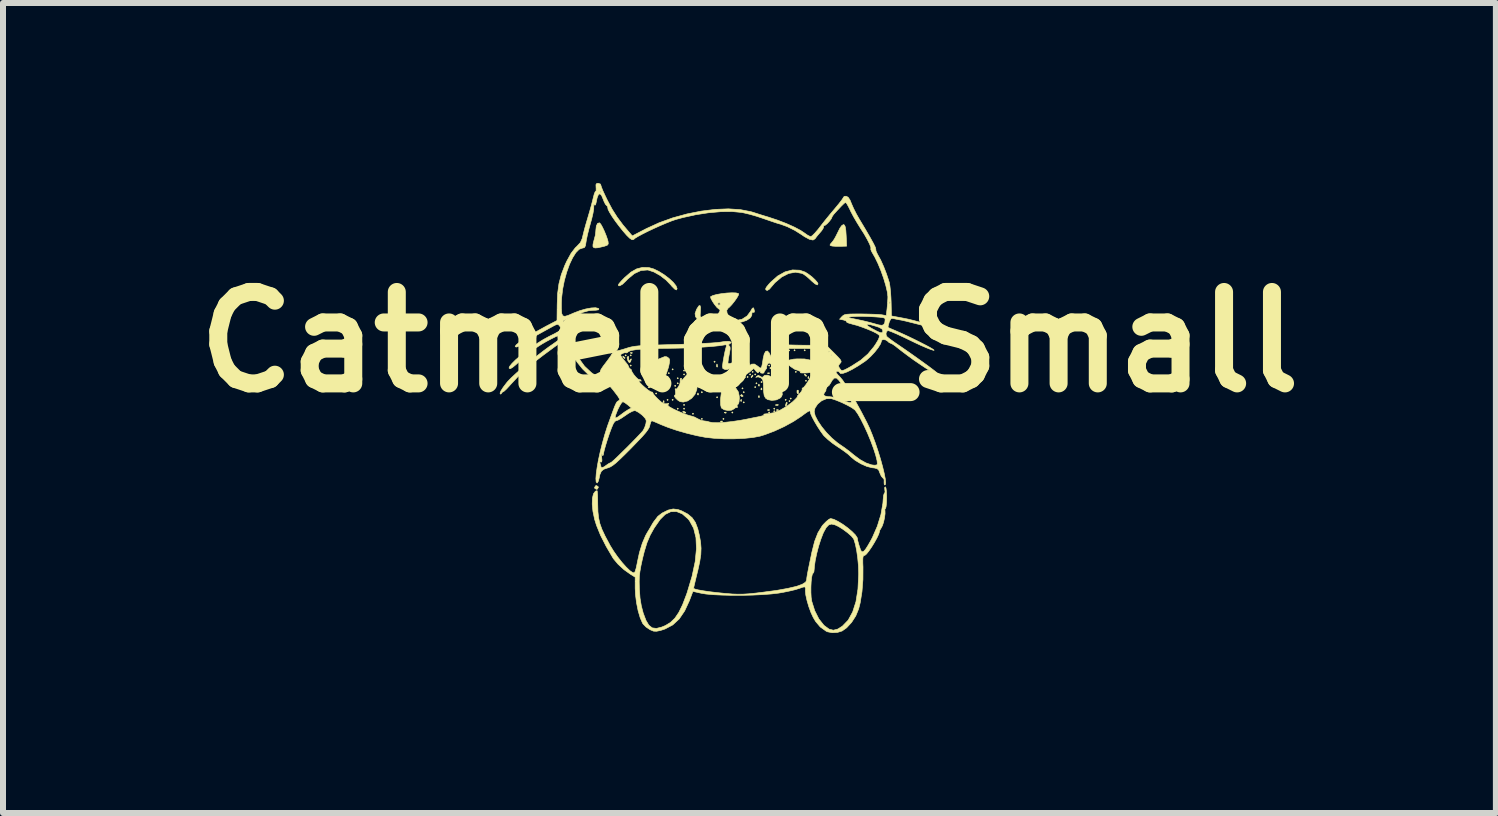
<source format=kicad_pcb>
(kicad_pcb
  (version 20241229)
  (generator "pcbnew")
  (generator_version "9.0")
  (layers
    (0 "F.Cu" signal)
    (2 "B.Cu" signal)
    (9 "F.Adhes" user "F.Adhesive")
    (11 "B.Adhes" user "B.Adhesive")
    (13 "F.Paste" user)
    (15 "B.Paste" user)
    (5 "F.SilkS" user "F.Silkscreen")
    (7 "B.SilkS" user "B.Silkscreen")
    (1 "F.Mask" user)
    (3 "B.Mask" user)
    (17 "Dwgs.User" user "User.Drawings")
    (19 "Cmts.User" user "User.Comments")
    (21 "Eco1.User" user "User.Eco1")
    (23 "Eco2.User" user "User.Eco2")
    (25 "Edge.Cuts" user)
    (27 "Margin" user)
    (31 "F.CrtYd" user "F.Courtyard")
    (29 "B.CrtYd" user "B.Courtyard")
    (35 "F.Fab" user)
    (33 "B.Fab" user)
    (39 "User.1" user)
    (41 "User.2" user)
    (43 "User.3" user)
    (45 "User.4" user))
  (footprint "Catmelon_Small"
    (layer "F.Cu")
    (at 9.112 3.571)
    (property "Reference" "Catmelon_Small" (at 0.33 -0.92 180) (layer "F.SilkS") (effects (font (size 1.524 1.524) (thickness 0.3))))
    (attr through_hole exclude_from_bom)
    (fp_poly (pts (xy -1.723 -0.698) (xy -1.734 -0.687) (xy -1.744 -0.698) (xy -1.734 -0.708) (xy -1.723 -0.698)) (stroke (width 0.01) (type solid)) (fill yes) (layer "F.SilkS"))
    (fp_poly (pts (xy -1.639 -0.698) (xy -1.649 -0.687) (xy -1.66 -0.698) (xy -1.649 -0.708) (xy -1.639 -0.698)) (stroke (width 0.01) (type solid)) (fill yes) (layer "F.SilkS"))
    (fp_poly (pts (xy -1.639 -0.528) (xy -1.649 -0.518) (xy -1.66 -0.528) (xy -1.649 -0.539) (xy -1.639 -0.528)) (stroke (width 0.01) (type solid)) (fill yes) (layer "F.SilkS"))
    (fp_poly (pts (xy -1.427 -0.486) (xy -1.437 -0.475) (xy -1.448 -0.486) (xy -1.437 -0.497) (xy -1.427 -0.486)) (stroke (width 0.01) (type solid)) (fill yes) (layer "F.SilkS"))
    (fp_poly (pts (xy -1.406 -0.444) (xy -1.416 -0.433) (xy -1.427 -0.444) (xy -1.416 -0.454) (xy -1.406 -0.444)) (stroke (width 0.01) (type solid)) (fill yes) (layer "F.SilkS"))
    (fp_poly (pts (xy -1.215 -0.063) (xy -1.226 -0.052) (xy -1.236 -0.063) (xy -1.226 -0.073) (xy -1.215 -0.063)) (stroke (width 0.01) (type solid)) (fill yes) (layer "F.SilkS"))
    (fp_poly (pts (xy -1.109 -0.147) (xy -1.12 -0.137) (xy -1.131 -0.147) (xy -1.12 -0.158) (xy -1.109 -0.147)) (stroke (width 0.01) (type solid)) (fill yes) (layer "F.SilkS"))
    (fp_poly (pts (xy -1.025 -0.338) (xy -1.035 -0.327) (xy -1.046 -0.338) (xy -1.035 -0.348) (xy -1.025 -0.338)) (stroke (width 0.01) (type solid)) (fill yes) (layer "F.SilkS"))
    (fp_poly (pts (xy -1.025 0.043) (xy -1.035 0.054) (xy -1.046 0.043) (xy -1.035 0.033) (xy -1.025 0.043)) (stroke (width 0.01) (type solid)) (fill yes) (layer "F.SilkS"))
    (fp_poly (pts (xy -1.004 -0.401) (xy -1.014 -0.391) (xy -1.025 -0.401) (xy -1.014 -0.412) (xy -1.004 -0.401)) (stroke (width 0.01) (type solid)) (fill yes) (layer "F.SilkS"))
    (fp_poly (pts (xy -0.94 -0.465) (xy -0.951 -0.454) (xy -0.961 -0.465) (xy -0.951 -0.475) (xy -0.94 -0.465)) (stroke (width 0.01) (type solid)) (fill yes) (layer "F.SilkS"))
    (fp_poly (pts (xy -0.94 0.043) (xy -0.951 0.054) (xy -0.961 0.043) (xy -0.951 0.033) (xy -0.94 0.043)) (stroke (width 0.01) (type solid)) (fill yes) (layer "F.SilkS"))
    (fp_poly (pts (xy -0.898 -0.19) (xy -0.908 -0.179) (xy -0.919 -0.19) (xy -0.908 -0.2) (xy -0.898 -0.19)) (stroke (width 0.01) (type solid)) (fill yes) (layer "F.SilkS"))
    (fp_poly (pts (xy -0.855 -0.317) (xy -0.866 -0.306) (xy -0.876 -0.317) (xy -0.866 -0.327) (xy -0.855 -0.317)) (stroke (width 0.01) (type solid)) (fill yes) (layer "F.SilkS"))
    (fp_poly (pts (xy -0.855 -0.232) (xy -0.866 -0.222) (xy -0.876 -0.232) (xy -0.866 -0.243) (xy -0.855 -0.232)) (stroke (width 0.01) (type solid)) (fill yes) (layer "F.SilkS"))
    (fp_poly (pts (xy -0.855 0.191) (xy -0.866 0.202) (xy -0.876 0.191) (xy -0.866 0.181) (xy -0.855 0.191)) (stroke (width 0.01) (type solid)) (fill yes) (layer "F.SilkS"))
    (fp_poly (pts (xy -0.75 -0.444) (xy -0.76 -0.433) (xy -0.771 -0.444) (xy -0.76 -0.454) (xy -0.75 -0.444)) (stroke (width 0.01) (type solid)) (fill yes) (layer "F.SilkS"))
    (fp_poly (pts (xy -0.75 -0.38) (xy -0.76 -0.37) (xy -0.771 -0.38) (xy -0.76 -0.391) (xy -0.75 -0.38)) (stroke (width 0.01) (type solid)) (fill yes) (layer "F.SilkS"))
    (fp_poly (pts (xy -0.75 0.128) (xy -0.76 0.138) (xy -0.771 0.128) (xy -0.76 0.117) (xy -0.75 0.128)) (stroke (width 0.01) (type solid)) (fill yes) (layer "F.SilkS"))
    (fp_poly (pts (xy -0.75 0.191) (xy -0.76 0.202) (xy -0.771 0.191) (xy -0.76 0.181) (xy -0.75 0.191)) (stroke (width 0.01) (type solid)) (fill yes) (layer "F.SilkS"))
    (fp_poly (pts (xy -0.601 0.276) (xy -0.612 0.286) (xy -0.623 0.276) (xy -0.612 0.265) (xy -0.601 0.276)) (stroke (width 0.01) (type solid)) (fill yes) (layer "F.SilkS"))
    (fp_poly (pts (xy -0.453 -0.084) (xy -0.464 -0.073) (xy -0.474 -0.084) (xy -0.464 -0.095) (xy -0.453 -0.084)) (stroke (width 0.01) (type solid)) (fill yes) (layer "F.SilkS"))
    (fp_poly (pts (xy -0.453 0.361) (xy -0.464 0.371) (xy -0.474 0.361) (xy -0.464 0.35) (xy -0.453 0.361)) (stroke (width 0.01) (type solid)) (fill yes) (layer "F.SilkS"))
    (fp_poly (pts (xy -0.432 -0.444) (xy -0.443 -0.433) (xy -0.453 -0.444) (xy -0.443 -0.454) (xy -0.432 -0.444)) (stroke (width 0.01) (type solid)) (fill yes) (layer "F.SilkS"))
    (fp_poly (pts (xy -0.241 -0.592) (xy -0.252 -0.581) (xy -0.263 -0.592) (xy -0.252 -0.603) (xy -0.241 -0.592)) (stroke (width 0.01) (type solid)) (fill yes) (layer "F.SilkS"))
    (fp_poly (pts (xy -0.241 -0.147) (xy -0.252 -0.137) (xy -0.263 -0.147) (xy -0.252 -0.158) (xy -0.241 -0.147)) (stroke (width 0.01) (type solid)) (fill yes) (layer "F.SilkS"))
    (fp_poly (pts (xy -0.199 0.001) (xy -0.21 0.011) (xy -0.22 0.001) (xy -0.21 -0.01) (xy -0.199 0.001)) (stroke (width 0.01) (type solid)) (fill yes) (layer "F.SilkS"))
    (fp_poly (pts (xy -0.093 0.361) (xy -0.104 0.371) (xy -0.115 0.361) (xy -0.104 0.35) (xy -0.093 0.361)) (stroke (width 0.01) (type solid)) (fill yes) (layer "F.SilkS"))
    (fp_poly (pts (xy -0.03 -0.317) (xy -0.04 -0.306) (xy -0.051 -0.317) (xy -0.04 -0.327) (xy -0.03 -0.317)) (stroke (width 0.01) (type solid)) (fill yes) (layer "F.SilkS"))
    (fp_poly (pts (xy 0.034 -0.296) (xy 0.023 -0.285) (xy 0.013 -0.296) (xy 0.023 -0.306) (xy 0.034 -0.296)) (stroke (width 0.01) (type solid)) (fill yes) (layer "F.SilkS"))
    (fp_poly (pts (xy 0.055 0.255) (xy 0.044 0.265) (xy 0.034 0.255) (xy 0.044 0.244) (xy 0.055 0.255)) (stroke (width 0.01) (type solid)) (fill yes) (layer "F.SilkS"))
    (fp_poly (pts (xy 0.076 -0.317) (xy 0.065 -0.306) (xy 0.055 -0.317) (xy 0.065 -0.327) (xy 0.076 -0.317)) (stroke (width 0.01) (type solid)) (fill yes) (layer "F.SilkS"))
    (fp_poly (pts (xy 0.224 -0.147) (xy 0.214 -0.137) (xy 0.203 -0.147) (xy 0.214 -0.158) (xy 0.224 -0.147)) (stroke (width 0.01) (type solid)) (fill yes) (layer "F.SilkS"))
    (fp_poly (pts (xy 0.245 -0.084) (xy 0.235 -0.073) (xy 0.224 -0.084) (xy 0.235 -0.095) (xy 0.245 -0.084)) (stroke (width 0.01) (type solid)) (fill yes) (layer "F.SilkS"))
    (fp_poly (pts (xy 0.245 0.085) (xy 0.235 0.096) (xy 0.224 0.085) (xy 0.235 0.075) (xy 0.245 0.085)) (stroke (width 0.01) (type solid)) (fill yes) (layer "F.SilkS"))
    (fp_poly (pts (xy 0.309 -0.338) (xy 0.298 -0.327) (xy 0.288 -0.338) (xy 0.298 -0.348) (xy 0.309 -0.338)) (stroke (width 0.01) (type solid)) (fill yes) (layer "F.SilkS"))
    (fp_poly (pts (xy 0.351 -0.38) (xy 0.341 -0.37) (xy 0.33 -0.38) (xy 0.341 -0.391) (xy 0.351 -0.38)) (stroke (width 0.01) (type solid)) (fill yes) (layer "F.SilkS"))
    (fp_poly (pts (xy 0.394 -0.423) (xy 0.383 -0.412) (xy 0.372 -0.423) (xy 0.383 -0.433) (xy 0.394 -0.423)) (stroke (width 0.01) (type solid)) (fill yes) (layer "F.SilkS"))
    (fp_poly (pts (xy 0.436 -0.38) (xy 0.425 -0.37) (xy 0.415 -0.38) (xy 0.425 -0.391) (xy 0.436 -0.38)) (stroke (width 0.01) (type solid)) (fill yes) (layer "F.SilkS"))
    (fp_poly (pts (xy 0.436 -0.169) (xy 0.425 -0.158) (xy 0.415 -0.169) (xy 0.425 -0.179) (xy 0.436 -0.169)) (stroke (width 0.01) (type solid)) (fill yes) (layer "F.SilkS"))
    (fp_poly (pts (xy 0.457 -0.232) (xy 0.446 -0.222) (xy 0.436 -0.232) (xy 0.446 -0.243) (xy 0.457 -0.232)) (stroke (width 0.01) (type solid)) (fill yes) (layer "F.SilkS"))
    (fp_poly (pts (xy 0.542 -0.253) (xy 0.531 -0.243) (xy 0.52 -0.253) (xy 0.531 -0.264) (xy 0.542 -0.253)) (stroke (width 0.01) (type solid)) (fill yes) (layer "F.SilkS"))
    (fp_poly (pts (xy 0.669 -0.528) (xy 0.658 -0.518) (xy 0.647 -0.528) (xy 0.658 -0.539) (xy 0.669 -0.528)) (stroke (width 0.01) (type solid)) (fill yes) (layer "F.SilkS"))
    (fp_poly (pts (xy 0.669 0.255) (xy 0.658 0.265) (xy 0.647 0.255) (xy 0.658 0.244) (xy 0.669 0.255)) (stroke (width 0.01) (type solid)) (fill yes) (layer "F.SilkS"))
    (fp_poly (pts (xy 0.69 -0.486) (xy 0.679 -0.475) (xy 0.669 -0.486) (xy 0.679 -0.497) (xy 0.69 -0.486)) (stroke (width 0.01) (type solid)) (fill yes) (layer "F.SilkS"))
    (fp_poly (pts (xy 0.753 -0.38) (xy 0.743 -0.37) (xy 0.732 -0.38) (xy 0.743 -0.391) (xy 0.753 -0.38)) (stroke (width 0.01) (type solid)) (fill yes) (layer "F.SilkS"))
    (fp_poly (pts (xy 0.753 0.191) (xy 0.743 0.202) (xy 0.732 0.191) (xy 0.743 0.181) (xy 0.753 0.191)) (stroke (width 0.01) (type solid)) (fill yes) (layer "F.SilkS"))
    (fp_poly (pts (xy 0.753 0.234) (xy 0.743 0.244) (xy 0.732 0.234) (xy 0.743 0.223) (xy 0.753 0.234)) (stroke (width 0.01) (type solid)) (fill yes) (layer "F.SilkS"))
    (fp_poly (pts (xy 0.838 -0.253) (xy 0.827 -0.243) (xy 0.817 -0.253) (xy 0.827 -0.264) (xy 0.838 -0.253)) (stroke (width 0.01) (type solid)) (fill yes) (layer "F.SilkS"))
    (fp_poly (pts (xy 0.901 -0.761) (xy 0.891 -0.751) (xy 0.88 -0.761) (xy 0.891 -0.772) (xy 0.901 -0.761)) (stroke (width 0.01) (type solid)) (fill yes) (layer "F.SilkS"))
    (fp_poly (pts (xy 0.901 -0.592) (xy 0.891 -0.581) (xy 0.88 -0.592) (xy 0.891 -0.603) (xy 0.901 -0.592)) (stroke (width 0.01) (type solid)) (fill yes) (layer "F.SilkS"))
    (fp_poly (pts (xy 0.901 -0.147) (xy 0.891 -0.137) (xy 0.88 -0.147) (xy 0.891 -0.158) (xy 0.901 -0.147)) (stroke (width 0.01) (type solid)) (fill yes) (layer "F.SilkS"))
    (fp_poly (pts (xy 0.923 -0.317) (xy 0.912 -0.306) (xy 0.901 -0.317) (xy 0.912 -0.327) (xy 0.923 -0.317)) (stroke (width 0.01) (type solid)) (fill yes) (layer "F.SilkS"))
    (fp_poly (pts (xy 0.944 0.043) (xy 0.933 0.054) (xy 0.923 0.043) (xy 0.933 0.033) (xy 0.944 0.043)) (stroke (width 0.01) (type solid)) (fill yes) (layer "F.SilkS"))
    (fp_poly (pts (xy 1.007 0.064) (xy 0.997 0.075) (xy 0.986 0.064) (xy 0.997 0.054) (xy 1.007 0.064)) (stroke (width 0.01) (type solid)) (fill yes) (layer "F.SilkS"))
    (fp_poly (pts (xy 1.028 0.022) (xy 1.018 0.033) (xy 1.007 0.022) (xy 1.018 0.011) (xy 1.028 0.022)) (stroke (width 0.01) (type solid)) (fill yes) (layer "F.SilkS"))
    (fp_poly (pts (xy 1.092 -0.782) (xy 1.081 -0.772) (xy 1.071 -0.782) (xy 1.081 -0.793) (xy 1.092 -0.782)) (stroke (width 0.01) (type solid)) (fill yes) (layer "F.SilkS"))
    (fp_poly (pts (xy 1.113 -0.423) (xy 1.103 -0.412) (xy 1.092 -0.423) (xy 1.103 -0.433) (xy 1.113 -0.423)) (stroke (width 0.01) (type solid)) (fill yes) (layer "F.SilkS"))
    (fp_poly (pts (xy 1.261 -0.782) (xy 1.251 -0.772) (xy 1.24 -0.782) (xy 1.251 -0.793) (xy 1.261 -0.782)) (stroke (width 0.01) (type solid)) (fill yes) (layer "F.SilkS"))
    (fp_poly (pts (xy 1.282 -0.274) (xy 1.272 -0.264) (xy 1.261 -0.274) (xy 1.272 -0.285) (xy 1.282 -0.274)) (stroke (width 0.01) (type solid)) (fill yes) (layer "F.SilkS"))
    (fp_poly (pts (xy 1.452 -0.719) (xy 1.441 -0.708) (xy 1.431 -0.719) (xy 1.441 -0.73) (xy 1.452 -0.719)) (stroke (width 0.01) (type solid)) (fill yes) (layer "F.SilkS"))
    (fp_poly (pts (xy 1.452 -0.571) (xy 1.441 -0.56) (xy 1.431 -0.571) (xy 1.441 -0.581) (xy 1.452 -0.571)) (stroke (width 0.01) (type solid)) (fill yes) (layer "F.SilkS"))
    (fp_poly (pts (xy 1.473 -0.677) (xy 1.462 -0.666) (xy 1.452 -0.677) (xy 1.462 -0.687) (xy 1.473 -0.677)) (stroke (width 0.01) (type solid)) (fill yes) (layer "F.SilkS"))
    (fp_poly (pts (xy 1.494 -0.719) (xy 1.484 -0.708) (xy 1.473 -0.719) (xy 1.484 -0.73) (xy 1.494 -0.719)) (stroke (width 0.01) (type solid)) (fill yes) (layer "F.SilkS"))
    (fp_poly (pts (xy -1.624 -0.744) (xy -1.627 -0.731) (xy -1.639 -0.73) (xy -1.656 -0.737) (xy -1.653 -0.744) (xy -1.627 -0.746) (xy -1.624 -0.744)) (stroke (width 0.01) (type solid)) (fill yes) (layer "F.SilkS"))
    (fp_poly (pts (xy -1.37 -0.553) (xy -1.368 -0.528) (xy -1.37 -0.525) (xy -1.383 -0.528) (xy -1.385 -0.539) (xy -1.377 -0.556) (xy -1.37 -0.553)) (stroke (width 0.01) (type solid)) (fill yes) (layer "F.SilkS"))
    (fp_poly (pts (xy -1.328 -0.172) (xy -1.331 -0.16) (xy -1.342 -0.158) (xy -1.36 -0.166) (xy -1.356 -0.172) (xy -1.331 -0.175) (xy -1.328 -0.172)) (stroke (width 0.01) (type solid)) (fill yes) (layer "F.SilkS"))
    (fp_poly (pts (xy -1.138 -0.214) (xy -1.14 -0.202) (xy -1.152 -0.2) (xy -1.169 -0.208) (xy -1.166 -0.214) (xy -1.141 -0.217) (xy -1.138 -0.214)) (stroke (width 0.01) (type solid)) (fill yes) (layer "F.SilkS"))
    (fp_poly (pts (xy -1.095 0.061) (xy -1.093 0.086) (xy -1.095 0.089) (xy -1.108 0.086) (xy -1.109 0.075) (xy -1.102 0.057) (xy -1.095 0.061)) (stroke (width 0.01) (type solid)) (fill yes) (layer "F.SilkS"))
    (fp_poly (pts (xy -0.524 -0.066) (xy -0.521 -0.041) (xy -0.524 -0.038) (xy -0.536 -0.041) (xy -0.538 -0.052) (xy -0.53 -0.07) (xy -0.524 -0.066)) (stroke (width 0.01) (type solid)) (fill yes) (layer "F.SilkS"))
    (fp_poly (pts (xy -0.481 -0.374) (xy -0.479 -0.341) (xy -0.483 -0.333) (xy -0.492 -0.339) (xy -0.494 -0.361) (xy -0.489 -0.383) (xy -0.481 -0.374)) (stroke (width 0.01) (type solid)) (fill yes) (layer "F.SilkS"))
    (fp_poly (pts (xy -0.206 -0.543) (xy -0.203 -0.51) (xy -0.208 -0.502) (xy -0.217 -0.509) (xy -0.219 -0.53) (xy -0.213 -0.553) (xy -0.206 -0.543)) (stroke (width 0.01) (type solid)) (fill yes) (layer "F.SilkS"))
    (fp_poly (pts (xy -0.185 -0.151) (xy -0.183 -0.126) (xy -0.185 -0.123) (xy -0.198 -0.126) (xy -0.199 -0.137) (xy -0.191 -0.154) (xy -0.185 -0.151)) (stroke (width 0.01) (type solid)) (fill yes) (layer "F.SilkS"))
    (fp_poly (pts (xy -0.122 0.399) (xy -0.124 0.412) (xy -0.136 0.413) (xy -0.153 0.406) (xy -0.15 0.399) (xy -0.125 0.397) (xy -0.122 0.399)) (stroke (width 0.01) (type solid)) (fill yes) (layer "F.SilkS"))
    (fp_poly (pts (xy -0.058 -0.384) (xy -0.061 -0.371) (xy -0.072 -0.37) (xy -0.09 -0.377) (xy -0.086 -0.384) (xy -0.061 -0.386) (xy -0.058 -0.384)) (stroke (width 0.01) (type solid)) (fill yes) (layer "F.SilkS"))
    (fp_poly (pts (xy -0.058 0.251) (xy -0.061 0.264) (xy -0.072 0.265) (xy -0.09 0.258) (xy -0.086 0.251) (xy -0.061 0.249) (xy -0.058 0.251)) (stroke (width 0.01) (type solid)) (fill yes) (layer "F.SilkS"))
    (fp_poly (pts (xy 0.111 -0.511) (xy 0.114 -0.486) (xy 0.111 -0.483) (xy 0.099 -0.485) (xy 0.097 -0.497) (xy 0.105 -0.514) (xy 0.111 -0.511)) (stroke (width 0.01) (type solid)) (fill yes) (layer "F.SilkS"))
    (fp_poly (pts (xy 0.196 0.04) (xy 0.198 0.065) (xy 0.196 0.068) (xy 0.183 0.065) (xy 0.182 0.054) (xy 0.19 0.036) (xy 0.196 0.04)) (stroke (width 0.01) (type solid)) (fill yes) (layer "F.SilkS"))
    (fp_poly (pts (xy 0.492 -0.214) (xy 0.495 -0.189) (xy 0.492 -0.186) (xy 0.48 -0.189) (xy 0.478 -0.2) (xy 0.486 -0.218) (xy 0.492 -0.214)) (stroke (width 0.01) (type solid)) (fill yes) (layer "F.SilkS"))
    (fp_poly (pts (xy 0.492 -0.024) (xy 0.495 0.001) (xy 0.492 0.004) (xy 0.48 0.001) (xy 0.478 -0.01) (xy 0.486 -0.027) (xy 0.492 -0.024)) (stroke (width 0.01) (type solid)) (fill yes) (layer "F.SilkS"))
    (fp_poly (pts (xy 0.535 -0.151) (xy 0.537 -0.126) (xy 0.535 -0.123) (xy 0.522 -0.126) (xy 0.52 -0.137) (xy 0.528 -0.154) (xy 0.535 -0.151)) (stroke (width 0.01) (type solid)) (fill yes) (layer "F.SilkS"))
    (fp_poly (pts (xy 0.662 -0.405) (xy 0.659 -0.392) (xy 0.647 -0.391) (xy 0.63 -0.399) (xy 0.633 -0.405) (xy 0.659 -0.407) (xy 0.662 -0.405)) (stroke (width 0.01) (type solid)) (fill yes) (layer "F.SilkS"))
    (fp_poly (pts (xy 0.662 0.209) (xy 0.659 0.221) (xy 0.647 0.223) (xy 0.63 0.215) (xy 0.633 0.209) (xy 0.659 0.206) (xy 0.662 0.209)) (stroke (width 0.01) (type solid)) (fill yes) (layer "F.SilkS"))
    (fp_poly (pts (xy 0.789 -0.32) (xy 0.791 -0.295) (xy 0.789 -0.292) (xy 0.776 -0.295) (xy 0.774 -0.306) (xy 0.782 -0.324) (xy 0.789 -0.32)) (stroke (width 0.01) (type solid)) (fill yes) (layer "F.SilkS"))
    (fp_poly (pts (xy 0.81 0.209) (xy 0.807 0.221) (xy 0.796 0.223) (xy 0.778 0.215) (xy 0.782 0.209) (xy 0.807 0.206) (xy 0.81 0.209)) (stroke (width 0.01) (type solid)) (fill yes) (layer "F.SilkS"))
    (fp_poly (pts (xy 0.811 0.126) (xy 0.805 0.135) (xy 0.783 0.137) (xy 0.761 0.131) (xy 0.771 0.124) (xy 0.804 0.121) (xy 0.811 0.126)) (stroke (width 0.01) (type solid)) (fill yes) (layer "F.SilkS"))
    (fp_poly (pts (xy 1 -0.786) (xy 0.997 -0.773) (xy 0.986 -0.772) (xy 0.969 -0.78) (xy 0.972 -0.786) (xy 0.997 -0.788) (xy 1 -0.786)) (stroke (width 0.01) (type solid)) (fill yes) (layer "F.SilkS"))
    (fp_poly (pts (xy 1.318 -0.341) (xy 1.32 -0.316) (xy 1.318 -0.313) (xy 1.305 -0.316) (xy 1.304 -0.327) (xy 1.311 -0.345) (xy 1.318 -0.341)) (stroke (width 0.01) (type solid)) (fill yes) (layer "F.SilkS"))
    (fp_poly (pts (xy -1.769 -0.679) (xy -1.746 -0.659) (xy -1.744 -0.654) (xy -1.754 -0.645) (xy -1.775 -0.665) (xy -1.778 -0.669) (xy -1.781 -0.684) (xy -1.769 -0.679)) (stroke (width 0.01) (type solid)) (fill yes) (layer "F.SilkS"))
    (fp_poly (pts (xy -0.761 0.236) (xy -0.731 0.253) (xy -0.736 0.264) (xy -0.748 0.265) (xy -0.777 0.25) (xy -0.781 0.244) (xy -0.778 0.232) (xy -0.761 0.236)) (stroke (width 0.01) (type solid)) (fill yes) (layer "F.SilkS"))
    (fp_poly (pts (xy 0.073 -0.467) (xy 0.095 -0.446) (xy 0.091 -0.433) (xy 0.088 -0.433) (xy 0.07 -0.448) (xy 0.063 -0.458) (xy 0.061 -0.472) (xy 0.073 -0.467)) (stroke (width 0.01) (type solid)) (fill yes) (layer "F.SilkS"))
    (fp_poly (pts (xy 0.877 -0.679) (xy 0.9 -0.659) (xy 0.901 -0.654) (xy 0.891 -0.645) (xy 0.871 -0.665) (xy 0.868 -0.669) (xy 0.865 -0.684) (xy 0.877 -0.679)) (stroke (width 0.01) (type solid)) (fill yes) (layer "F.SilkS"))
    (fp_poly (pts (xy 1.143 -0.117) (xy 1.146 -0.094) (xy 1.144 -0.058) (xy 1.133 -0.06) (xy 1.123 -0.075) (xy 1.122 -0.109) (xy 1.127 -0.117) (xy 1.143 -0.117)) (stroke (width 0.01) (type solid)) (fill yes) (layer "F.SilkS"))
    (fp_poly (pts (xy 1.258 -0.382) (xy 1.281 -0.361) (xy 1.276 -0.349) (xy 1.273 -0.348) (xy 1.255 -0.364) (xy 1.249 -0.373) (xy 1.246 -0.387) (xy 1.258 -0.382)) (stroke (width 0.01) (type solid)) (fill yes) (layer "F.SilkS"))
    (fp_poly (pts (xy -2.193 1.489) (xy -2.189 1.504) (xy -2.206 1.532) (xy -2.221 1.535) (xy -2.249 1.518) (xy -2.252 1.504) (xy -2.235 1.476) (xy -2.221 1.472) (xy -2.193 1.489)) (stroke (width 0.01) (type solid)) (fill yes) (layer "F.SilkS"))
    (fp_poly (pts (xy 0.181 -0.354) (xy 0.182 -0.348) (xy 0.175 -0.328) (xy 0.172 -0.327) (xy 0.154 -0.342) (xy 0.15 -0.348) (xy 0.152 -0.368) (xy 0.159 -0.37) (xy 0.181 -0.354)) (stroke (width 0.01) (type solid)) (fill yes) (layer "F.SilkS"))
    (fp_poly (pts (xy 0.203 -0.042) (xy 0.223 -0.023) (xy 0.224 -0.019) (xy 0.208 -0.01) (xy 0.203 -0.01) (xy 0.183 -0.026) (xy 0.182 -0.032) (xy 0.195 -0.045) (xy 0.203 -0.042)) (stroke (width 0.01) (type solid)) (fill yes) (layer "F.SilkS"))
    (fp_poly (pts (xy 0.387 -0.356) (xy 0.383 -0.348) (xy 0.363 -0.328) (xy 0.359 -0.327) (xy 0.358 -0.341) (xy 0.362 -0.348) (xy 0.382 -0.369) (xy 0.385 -0.37) (xy 0.387 -0.356)) (stroke (width 0.01) (type solid)) (fill yes) (layer "F.SilkS"))
    (fp_poly (pts (xy 0.747 -0.462) (xy 0.743 -0.454) (xy 0.723 -0.434) (xy 0.719 -0.433) (xy 0.718 -0.447) (xy 0.722 -0.454) (xy 0.742 -0.475) (xy 0.745 -0.475) (xy 0.747 -0.462)) (stroke (width 0.01) (type solid)) (fill yes) (layer "F.SilkS"))
    (fp_poly (pts (xy 0.958 0.089) (xy 0.957 0.104) (xy 0.945 0.141) (xy 0.939 0.15) (xy 0.93 0.146) (xy 0.931 0.13) (xy 0.943 0.093) (xy 0.949 0.084) (xy 0.958 0.089)) (stroke (width 0.01) (type solid)) (fill yes) (layer "F.SilkS"))
    (fp_poly (pts (xy -1.683 -0.673) (xy -1.684 -0.638) (xy -1.683 -0.624) (xy -1.678 -0.603) (xy -1.663 -0.619) (xy -1.66 -0.624) (xy -1.643 -0.641) (xy -1.639 -0.634) (xy -1.65 -0.598) (xy -1.656 -0.586) (xy -1.674 -0.576) (xy -1.694 -0.605) (xy -1.698 -0.612) (xy -1.71 -0.659) (xy -1.701 -0.677) (xy -1.683 -0.678) (xy -1.683 -0.673)) (stroke (width 0.01) (type solid)) (fill yes) (layer "F.SilkS"))
    (fp_poly (pts (xy 1.914 -2.869) (xy 1.927 -2.838) (xy 1.936 -2.78) (xy 1.942 -2.689) (xy 1.946 -2.603) (xy 1.949 -2.518) (xy 1.843 -2.515) (xy 1.773 -2.515) (xy 1.716 -2.519) (xy 1.699 -2.522) (xy 1.673 -2.532) (xy 1.676 -2.549) (xy 1.701 -2.578) (xy 1.723 -2.605) (xy 1.744 -2.636) (xy 1.769 -2.681) (xy 1.803 -2.749) (xy 1.835 -2.814) (xy 1.865 -2.858) (xy 1.895 -2.878) (xy 1.897 -2.878) (xy 1.914 -2.869)) (stroke (width 0.01) (type solid)) (fill yes) (layer "F.SilkS"))
    (fp_poly (pts (xy -2.169 -2.907) (xy -2.148 -2.884) (xy -2.119 -2.832) (xy -2.087 -2.764) (xy -2.057 -2.69) (xy -2.034 -2.623) (xy -2.026 -2.59) (xy -2.024 -2.555) (xy -2.04 -2.534) (xy -2.084 -2.518) (xy -2.112 -2.511) (xy -2.194 -2.492) (xy -2.244 -2.488) (xy -2.27 -2.498) (xy -2.279 -2.513) (xy -2.278 -2.548) (xy -2.265 -2.604) (xy -2.26 -2.621) (xy -2.24 -2.697) (xy -2.231 -2.772) (xy -2.231 -2.78) (xy -2.223 -2.854) (xy -2.201 -2.898) (xy -2.17 -2.907) (xy -2.169 -2.907)) (stroke (width 0.01) (type solid)) (fill yes) (layer "F.SilkS"))
    (fp_poly (pts (xy -1.049 -0.674) (xy -1.029 -0.662) (xy -1.008 -0.643) (xy -1 -0.619) (xy -1.004 -0.576) (xy -1.018 -0.506) (xy -1.058 -0.385) (xy -1.115 -0.301) (xy -1.189 -0.254) (xy -1.266 -0.243) (xy -1.335 -0.249) (xy -1.377 -0.269) (xy -1.392 -0.287) (xy -1.41 -0.348) (xy -1.39 -0.422) (xy -1.331 -0.507) (xy -1.311 -0.529) (xy -1.273 -0.574) (xy -1.254 -0.605) (xy -1.254 -0.613) (xy -1.247 -0.622) (xy -1.233 -0.624) (xy -1.192 -0.633) (xy -1.138 -0.655) (xy -1.134 -0.657) (xy -1.083 -0.677) (xy -1.049 -0.674)) (stroke (width 0.01) (type solid)) (fill yes) (layer "F.SilkS"))
    (fp_poly (pts (xy 1.168 -2.117) (xy 1.258 -2.086) (xy 1.313 -2.051) (xy 1.373 -2.005) (xy 1.426 -1.955) (xy 1.462 -1.913) (xy 1.473 -1.89) (xy 1.461 -1.872) (xy 1.425 -1.888) (xy 1.368 -1.936) (xy 1.345 -1.958) (xy 1.288 -2.01) (xy 1.233 -2.05) (xy 1.206 -2.064) (xy 1.097 -2.084) (xy 0.983 -2.063) (xy 0.867 -2.004) (xy 0.753 -1.908) (xy 0.662 -1.801) (xy 0.628 -1.78) (xy 0.608 -1.786) (xy 0.598 -1.803) (xy 0.611 -1.833) (xy 0.651 -1.882) (xy 0.682 -1.916) (xy 0.799 -2.02) (xy 0.922 -2.089) (xy 1.047 -2.122) (xy 1.168 -2.117)) (stroke (width 0.01) (type solid)) (fill yes) (layer "F.SilkS"))
    (fp_poly (pts (xy -1.348 -2.161) (xy -1.342 -2.16) (xy -1.268 -2.139) (xy -1.183 -2.098) (xy -1.094 -2.043) (xy -1.011 -1.98) (xy -0.941 -1.916) (xy -0.894 -1.857) (xy -0.876 -1.81) (xy -0.887 -1.788) (xy -0.916 -1.802) (xy -0.962 -1.848) (xy -0.98 -1.87) (xy -1.062 -1.955) (xy -1.16 -2.03) (xy -1.263 -2.088) (xy -1.356 -2.119) (xy -1.371 -2.121) (xy -1.479 -2.112) (xy -1.589 -2.061) (xy -1.7 -1.969) (xy -1.731 -1.936) (xy -1.788 -1.882) (xy -1.832 -1.858) (xy -1.846 -1.857) (xy -1.857 -1.869) (xy -1.843 -1.895) (xy -1.802 -1.942) (xy -1.749 -1.996) (xy -1.646 -2.085) (xy -1.551 -2.139) (xy -1.455 -2.164) (xy -1.348 -2.161)) (stroke (width 0.01) (type solid)) (fill yes) (layer "F.SilkS"))
    (fp_poly (pts (xy 0.002 -0.264) (xy 0.038 -0.249) (xy 0.054 -0.253) (xy 0.067 -0.25) (xy 0.064 -0.237) (xy 0.07 -0.204) (xy 0.098 -0.158) (xy 0.107 -0.146) (xy 0.145 -0.088) (xy 0.159 -0.019) (xy 0.161 0.017) (xy 0.156 0.079) (xy 0.144 0.114) (xy 0.137 0.117) (xy 0.123 0.133) (xy 0.126 0.15) (xy 0.129 0.172) (xy 0.12 0.171) (xy 0.094 0.176) (xy 0.075 0.192) (xy 0.032 0.216) (xy -0.029 0.221) (xy -0.091 0.209) (xy -0.135 0.181) (xy -0.14 0.173) (xy -0.151 0.127) (xy -0.153 0.055) (xy -0.15 0.013) (xy -0.139 -0.077) (xy -0.129 -0.136) (xy -0.116 -0.175) (xy -0.097 -0.207) (xy -0.075 -0.233) (xy -0.038 -0.269) (xy -0.01 -0.272) (xy 0.002 -0.264)) (stroke (width 0.01) (type solid)) (fill yes) (layer "F.SilkS"))
    (fp_poly (pts (xy -0.551 -0.442) (xy -0.532 -0.412) (xy -0.526 -0.346) (xy -0.532 -0.244) (xy -0.549 -0.125) (xy -0.578 -0.049) (xy -0.632 0.016) (xy -0.701 0.062) (xy -0.774 0.081) (xy -0.826 0.073) (xy -0.861 0.052) (xy -0.896 0.02) (xy -0.919 -0.01) (xy -0.922 -0.029) (xy -0.916 -0.031) (xy -0.902 -0.05) (xy -0.904 -0.1) (xy -0.909 -0.138) (xy -0.906 -0.144) (xy -0.904 -0.14) (xy -0.889 -0.135) (xy -0.866 -0.158) (xy -0.843 -0.196) (xy -0.827 -0.237) (xy -0.825 -0.271) (xy -0.826 -0.272) (xy -0.824 -0.306) (xy -0.815 -0.316) (xy -0.801 -0.313) (xy -0.804 -0.291) (xy -0.805 -0.275) (xy -0.785 -0.292) (xy -0.773 -0.306) (xy -0.709 -0.382) (xy -0.662 -0.428) (xy -0.624 -0.451) (xy -0.589 -0.453) (xy -0.551 -0.442)) (stroke (width 0.01) (type solid)) (fill yes) (layer "F.SilkS"))
    (fp_poly (pts (xy 0.673 -0.352) (xy 0.69 -0.338) (xy 0.721 -0.318) (xy 0.738 -0.32) (xy 0.75 -0.321) (xy 0.747 -0.313) (xy 0.752 -0.286) (xy 0.782 -0.246) (xy 0.796 -0.232) (xy 0.841 -0.173) (xy 0.87 -0.107) (xy 0.873 -0.098) (xy 0.877 -0.041) (xy 0.859 -0.004) (xy 0.839 0.015) (xy 0.777 0.045) (xy 0.703 0.053) (xy 0.635 0.04) (xy 0.598 0.015) (xy 0.575 -0.028) (xy 0.565 -0.1) (xy 0.563 -0.16) (xy 0.561 -0.238) (xy 0.552 -0.285) (xy 0.534 -0.312) (xy 0.52 -0.323) (xy 0.476 -0.339) (xy 0.451 -0.336) (xy 0.436 -0.33) (xy 0.451 -0.349) (xy 0.477 -0.365) (xy 0.509 -0.349) (xy 0.512 -0.347) (xy 0.543 -0.329) (xy 0.557 -0.343) (xy 0.557 -0.343) (xy 0.584 -0.365) (xy 0.629 -0.368) (xy 0.673 -0.352)) (stroke (width 0.01) (type solid)) (fill yes) (layer "F.SilkS"))
    (fp_poly (pts (xy 0.105 -1.739) (xy 0.145 -1.729) (xy 0.15 -1.724) (xy 0.144 -1.699) (xy 0.118 -1.653) (xy 0.079 -1.598) (xy 0.035 -1.543) (xy -0.005 -1.501) (xy -0.025 -1.485) (xy -0.049 -1.449) (xy -0.043 -1.401) (xy -0.015 -1.351) (xy 0.029 -1.308) (xy 0.084 -1.283) (xy 0.109 -1.28) (xy 0.206 -1.3) (xy 0.29 -1.354) (xy 0.347 -1.43) (xy 0.375 -1.479) (xy 0.393 -1.492) (xy 0.402 -1.48) (xy 0.414 -1.433) (xy 0.406 -1.413) (xy 0.394 -1.417) (xy 0.374 -1.416) (xy 0.372 -1.408) (xy 0.368 -1.364) (xy 0.348 -1.331) (xy 0.339 -1.32) (xy 0.282 -1.281) (xy 0.202 -1.254) (xy 0.117 -1.242) (xy 0.069 -1.246) (xy -0.008 -1.279) (xy -0.06 -1.324) (xy -0.095 -1.363) (xy -0.118 -1.374) (xy -0.142 -1.358) (xy -0.152 -1.348) (xy -0.243 -1.277) (xy -0.337 -1.24) (xy -0.426 -1.237) (xy -0.504 -1.269) (xy -0.528 -1.289) (xy -0.569 -1.342) (xy -0.577 -1.394) (xy -0.554 -1.459) (xy -0.548 -1.471) (xy -0.516 -1.521) (xy -0.495 -1.53) (xy -0.485 -1.499) (xy -0.488 -1.433) (xy -0.492 -1.363) (xy -0.482 -1.322) (xy -0.466 -1.303) (xy -0.404 -1.276) (xy -0.331 -1.284) (xy -0.258 -1.321) (xy -0.194 -1.386) (xy -0.185 -1.399) (xy -0.162 -1.438) (xy -0.164 -1.459) (xy -0.185 -1.474) (xy -0.216 -1.501) (xy -0.252 -1.547) (xy -0.258 -1.555) (xy -0.199 -1.555) (xy -0.183 -1.534) (xy -0.178 -1.534) (xy -0.157 -1.55) (xy -0.157 -1.555) (xy -0.173 -1.576) (xy -0.178 -1.576) (xy -0.199 -1.56) (xy -0.199 -1.555) (xy -0.258 -1.555) (xy -0.287 -1.599) (xy -0.312 -1.645) (xy -0.319 -1.674) (xy -0.318 -1.676) (xy -0.281 -1.695) (xy -0.215 -1.713) (xy -0.133 -1.727) (xy -0.045 -1.737) (xy 0.038 -1.741) (xy 0.105 -1.739)) (stroke (width 0.01) (type solid)) (fill yes) (layer "F.SilkS"))
    (fp_poly (pts (xy 2.605 1.513) (xy 2.613 1.569) (xy 2.616 1.654) (xy 2.616 1.673) (xy 2.614 1.754) (xy 2.608 1.816) (xy 2.6 1.85) (xy 2.597 1.853) (xy 2.586 1.87) (xy 2.589 1.894) (xy 2.59 1.941) (xy 2.581 2.009) (xy 2.565 2.082) (xy 2.544 2.144) (xy 2.524 2.18) (xy 2.524 2.181) (xy 2.501 2.219) (xy 2.497 2.239) (xy 2.484 2.282) (xy 2.454 2.346) (xy 2.413 2.42) (xy 2.367 2.495) (xy 2.321 2.562) (xy 2.281 2.612) (xy 2.254 2.635) (xy 2.251 2.636) (xy 2.234 2.64) (xy 2.223 2.658) (xy 2.219 2.696) (xy 2.219 2.764) (xy 2.222 2.832) (xy 2.221 3.039) (xy 2.205 3.242) (xy 2.175 3.428) (xy 2.15 3.527) (xy 2.102 3.644) (xy 2.032 3.753) (xy 1.949 3.843) (xy 1.874 3.896) (xy 1.797 3.92) (xy 1.71 3.925) (xy 1.632 3.91) (xy 1.609 3.9) (xy 1.51 3.829) (xy 1.433 3.738) (xy 1.393 3.671) (xy 1.355 3.589) (xy 1.319 3.491) (xy 1.289 3.389) (xy 1.269 3.298) (xy 1.264 3.254) (xy 1.354 3.254) (xy 1.358 3.335) (xy 1.368 3.4) (xy 1.368 3.401) (xy 1.418 3.559) (xy 1.486 3.694) (xy 1.568 3.798) (xy 1.58 3.809) (xy 1.657 3.865) (xy 1.728 3.883) (xy 1.802 3.864) (xy 1.879 3.815) (xy 1.975 3.716) (xy 2.05 3.579) (xy 2.105 3.407) (xy 2.138 3.198) (xy 2.15 2.954) (xy 2.15 2.93) (xy 2.146 2.808) (xy 2.134 2.68) (xy 2.117 2.559) (xy 2.096 2.454) (xy 2.073 2.377) (xy 2.064 2.357) (xy 2.028 2.313) (xy 1.966 2.259) (xy 1.891 2.203) (xy 1.815 2.155) (xy 1.755 2.127) (xy 1.698 2.114) (xy 1.652 2.127) (xy 1.609 2.172) (xy 1.565 2.252) (xy 1.556 2.272) (xy 1.52 2.366) (xy 1.483 2.481) (xy 1.451 2.604) (xy 1.426 2.722) (xy 1.412 2.821) (xy 1.409 2.863) (xy 1.404 2.91) (xy 1.392 2.932) (xy 1.39 2.932) (xy 1.377 2.952) (xy 1.366 3.004) (xy 1.358 3.078) (xy 1.354 3.164) (xy 1.354 3.254) (xy 1.264 3.254) (xy 1.262 3.229) (xy 1.262 3.222) (xy 1.264 3.179) (xy 1.253 3.161) (xy 1.221 3.165) (xy 1.159 3.187) (xy 1.158 3.187) (xy 1.094 3.207) (xy 1.002 3.229) (xy 0.895 3.251) (xy 0.814 3.265) (xy 0.694 3.279) (xy 0.547 3.29) (xy 0.383 3.298) (xy 0.21 3.302) (xy 0.037 3.302) (xy -0.128 3.298) (xy -0.275 3.291) (xy -0.396 3.28) (xy -0.475 3.267) (xy -0.613 3.236) (xy -0.671 3.39) (xy -0.75 3.561) (xy -0.841 3.695) (xy -0.949 3.795) (xy -1.078 3.863) (xy -1.154 3.888) (xy -1.22 3.901) (xy -1.268 3.899) (xy -1.322 3.877) (xy -1.334 3.87) (xy -1.395 3.829) (xy -1.444 3.778) (xy -1.452 3.766) (xy -1.491 3.677) (xy -1.526 3.559) (xy -1.553 3.424) (xy -1.57 3.287) (xy -1.575 3.184) (xy -1.575 3.074) (xy -1.508 3.074) (xy -1.506 3.173) (xy -1.505 3.197) (xy -1.494 3.349) (xy -1.473 3.476) (xy -1.441 3.598) (xy -1.44 3.601) (xy -1.395 3.72) (xy -1.347 3.8) (xy -1.291 3.844) (xy -1.221 3.853) (xy -1.133 3.831) (xy -1.071 3.805) (xy -0.988 3.755) (xy -0.914 3.684) (xy -0.848 3.587) (xy -0.785 3.459) (xy -0.722 3.294) (xy -0.709 3.258) (xy -0.627 2.984) (xy -0.575 2.74) (xy -0.554 2.525) (xy -0.562 2.34) (xy -0.601 2.184) (xy -0.67 2.057) (xy -0.697 2.025) (xy -0.79 1.944) (xy -0.887 1.905) (xy -0.982 1.908) (xy -1.075 1.953) (xy -1.161 2.039) (xy -1.169 2.051) (xy -1.258 2.179) (xy -1.325 2.299) (xy -1.378 2.424) (xy -1.422 2.567) (xy -1.452 2.686) (xy -1.479 2.809) (xy -1.496 2.906) (xy -1.506 2.989) (xy -1.508 3.074) (xy -1.575 3.074) (xy -1.575 2.999) (xy -1.654 2.95) (xy -1.761 2.874) (xy -1.86 2.783) (xy -1.936 2.693) (xy -1.947 2.676) (xy -2.059 2.485) (xy -2.152 2.302) (xy -2.22 2.135) (xy -2.251 2.036) (xy -2.279 1.903) (xy -2.291 1.783) (xy -2.288 1.683) (xy -2.27 1.609) (xy -2.238 1.566) (xy -2.21 1.557) (xy -2.206 1.576) (xy -2.202 1.63) (xy -2.2 1.708) (xy -2.199 1.784) (xy -2.196 1.906) (xy -2.185 2.009) (xy -2.164 2.105) (xy -2.129 2.202) (xy -2.077 2.313) (xy -2.005 2.447) (xy -1.995 2.467) (xy -1.934 2.566) (xy -1.866 2.663) (xy -1.794 2.754) (xy -1.725 2.831) (xy -1.664 2.89) (xy -1.616 2.923) (xy -1.59 2.927) (xy -1.576 2.904) (xy -1.559 2.849) (xy -1.543 2.774) (xy -1.539 2.751) (xy -1.504 2.589) (xy -1.457 2.436) (xy -1.401 2.305) (xy -1.373 2.255) (xy -1.334 2.191) (xy -1.29 2.114) (xy -1.27 2.081) (xy -1.196 1.984) (xy -1.125 1.93) (xy -1.026 1.881) (xy -0.942 1.862) (xy -0.861 1.872) (xy -0.798 1.895) (xy -0.699 1.947) (xy -0.626 2.008) (xy -0.572 2.086) (xy -0.532 2.191) (xy -0.506 2.298) (xy -0.485 2.413) (xy -0.477 2.517) (xy -0.481 2.622) (xy -0.499 2.74) (xy -0.53 2.884) (xy -0.538 2.915) (xy -0.562 3.013) (xy -0.582 3.097) (xy -0.596 3.157) (xy -0.601 3.184) (xy -0.601 3.185) (xy -0.581 3.197) (xy -0.525 3.211) (xy -0.439 3.226) (xy -0.33 3.242) (xy -0.202 3.257) (xy -0.064 3.271) (xy -0.058 3.271) (xy 0.046 3.28) (xy 0.137 3.283) (xy 0.225 3.282) (xy 0.322 3.276) (xy 0.44 3.264) (xy 0.561 3.249) (xy 0.786 3.219) (xy 0.969 3.186) (xy 1.11 3.153) (xy 1.209 3.118) (xy 1.266 3.082) (xy 1.282 3.049) (xy 1.286 3.008) (xy 1.297 2.94) (xy 1.313 2.858) (xy 1.315 2.848) (xy 1.335 2.752) (xy 1.355 2.656) (xy 1.37 2.583) (xy 1.416 2.402) (xy 1.472 2.258) (xy 1.541 2.145) (xy 1.559 2.123) (xy 1.611 2.07) (xy 1.657 2.033) (xy 1.683 2.022) (xy 1.736 2.035) (xy 1.807 2.07) (xy 1.887 2.119) (xy 1.968 2.178) (xy 2.04 2.239) (xy 2.096 2.296) (xy 2.126 2.342) (xy 2.129 2.356) (xy 2.135 2.392) (xy 2.151 2.451) (xy 2.163 2.489) (xy 2.184 2.549) (xy 2.201 2.575) (xy 2.221 2.575) (xy 2.237 2.565) (xy 2.264 2.535) (xy 2.302 2.476) (xy 2.347 2.398) (xy 2.379 2.338) (xy 2.461 2.15) (xy 2.521 1.955) (xy 2.554 1.766) (xy 2.559 1.695) (xy 2.565 1.638) (xy 2.576 1.603) (xy 2.581 1.599) (xy 2.59 1.581) (xy 2.586 1.546) (xy 2.583 1.506) (xy 2.594 1.493) (xy 2.605 1.513)) (stroke (width 0.01) (type solid)) (fill yes) (layer "F.SilkS"))
    (fp_poly (pts (xy -2.154 -3.553) (xy -2.147 -3.533) (xy -2.137 -3.501) (xy -2.113 -3.441) (xy -2.076 -3.361) (xy -2.039 -3.284) (xy -1.958 -3.132) (xy -1.874 -3) (xy -1.778 -2.871) (xy -1.695 -2.773) (xy -1.623 -2.689) (xy -1.388 -2.811) (xy -1.176 -2.908) (xy -0.949 -2.99) (xy -0.712 -3.055) (xy -0.475 -3.102) (xy -0.242 -3.131) (xy -0.022 -3.14) (xy 0.179 -3.127) (xy 0.353 -3.093) (xy 0.394 -3.081) (xy 0.437 -3.067) (xy 0.509 -3.044) (xy 0.596 -3.017) (xy 0.637 -3.005) (xy 0.794 -2.953) (xy 0.943 -2.896) (xy 1.075 -2.837) (xy 1.181 -2.781) (xy 1.244 -2.739) (xy 1.297 -2.702) (xy 1.34 -2.68) (xy 1.352 -2.677) (xy 1.377 -2.693) (xy 1.42 -2.736) (xy 1.474 -2.798) (xy 1.507 -2.841) (xy 1.582 -2.937) (xy 1.669 -3.044) (xy 1.75 -3.14) (xy 1.764 -3.157) (xy 1.821 -3.226) (xy 1.866 -3.284) (xy 1.892 -3.323) (xy 1.896 -3.334) (xy 1.914 -3.349) (xy 1.942 -3.35) (xy 1.975 -3.333) (xy 2.006 -3.286) (xy 2.03 -3.227) (xy 2.065 -3.147) (xy 2.112 -3.054) (xy 2.158 -2.973) (xy 2.26 -2.803) (xy 2.339 -2.667) (xy 2.395 -2.566) (xy 2.428 -2.499) (xy 2.436 -2.466) (xy 2.436 -2.464) (xy 2.439 -2.437) (xy 2.461 -2.389) (xy 2.474 -2.365) (xy 2.518 -2.285) (xy 2.566 -2.178) (xy 2.612 -2.06) (xy 2.65 -1.947) (xy 2.66 -1.915) (xy 2.671 -1.853) (xy 2.681 -1.763) (xy 2.688 -1.658) (xy 2.691 -1.587) (xy 2.696 -1.355) (xy 2.894 -1.318) (xy 2.974 -1.302) (xy 3.063 -1.28) (xy 3.153 -1.256) (xy 3.24 -1.231) (xy 3.317 -1.207) (xy 3.376 -1.186) (xy 3.413 -1.17) (xy 3.421 -1.161) (xy 3.399 -1.161) (xy 3.346 -1.169) (xy 3.266 -1.186) (xy 3.172 -1.209) (xy 3.124 -1.221) (xy 3.026 -1.246) (xy 2.934 -1.269) (xy 2.862 -1.285) (xy 2.838 -1.289) (xy 2.775 -1.301) (xy 2.725 -1.312) (xy 2.718 -1.314) (xy 2.689 -1.308) (xy 2.665 -1.268) (xy 2.658 -1.247) (xy 2.644 -1.197) (xy 2.639 -1.167) (xy 2.64 -1.164) (xy 2.662 -1.153) (xy 2.712 -1.131) (xy 2.775 -1.104) (xy 2.87 -1.062) (xy 2.972 -1.015) (xy 3.076 -0.965) (xy 3.174 -0.916) (xy 3.262 -0.871) (xy 3.335 -0.832) (xy 3.385 -0.802) (xy 3.408 -0.784) (xy 3.4 -0.781) (xy 3.354 -0.795) (xy 3.28 -0.824) (xy 3.187 -0.864) (xy 3.086 -0.911) (xy 3.072 -0.918) (xy 2.912 -0.995) (xy 2.788 -1.053) (xy 2.701 -1.09) (xy 2.649 -1.109) (xy 2.637 -1.111) (xy 2.614 -1.093) (xy 2.605 -1.056) (xy 2.614 -1.018) (xy 2.617 -1.014) (xy 2.644 -0.991) (xy 2.697 -0.951) (xy 2.766 -0.902) (xy 2.792 -0.885) (xy 2.891 -0.817) (xy 2.999 -0.742) (xy 3.108 -0.665) (xy 3.214 -0.589) (xy 3.308 -0.521) (xy 3.384 -0.464) (xy 3.436 -0.424) (xy 3.451 -0.41) (xy 3.481 -0.377) (xy 3.481 -0.366) (xy 3.454 -0.375) (xy 3.405 -0.401) (xy 3.338 -0.441) (xy 3.257 -0.493) (xy 3.166 -0.554) (xy 3.068 -0.621) (xy 2.969 -0.693) (xy 2.872 -0.766) (xy 2.781 -0.837) (xy 2.772 -0.845) (xy 2.725 -0.879) (xy 2.69 -0.898) (xy 2.684 -0.899) (xy 2.655 -0.913) (xy 2.637 -0.931) (xy 2.603 -0.954) (xy 2.563 -0.962) (xy 2.535 -0.952) (xy 2.531 -0.94) (xy 2.516 -0.892) (xy 2.476 -0.827) (xy 2.418 -0.753) (xy 2.349 -0.679) (xy 2.278 -0.616) (xy 2.253 -0.597) (xy 2.143 -0.524) (xy 2.043 -0.465) (xy 1.957 -0.422) (xy 1.89 -0.398) (xy 1.847 -0.395) (xy 1.833 -0.412) (xy 1.816 -0.431) (xy 1.801 -0.433) (xy 1.775 -0.428) (xy 1.776 -0.407) (xy 1.808 -0.368) (xy 1.838 -0.338) (xy 1.883 -0.284) (xy 1.943 -0.195) (xy 2.016 -0.075) (xy 2.101 0.073) (xy 2.195 0.245) (xy 2.287 0.422) (xy 2.333 0.519) (xy 2.38 0.635) (xy 2.428 0.764) (xy 2.473 0.898) (xy 2.514 1.031) (xy 2.549 1.158) (xy 2.576 1.27) (xy 2.594 1.362) (xy 2.6 1.428) (xy 2.593 1.46) (xy 2.578 1.461) (xy 2.574 1.434) (xy 2.574 1.391) (xy 2.575 1.374) (xy 2.562 1.352) (xy 2.551 1.344) (xy 2.526 1.314) (xy 2.503 1.262) (xy 2.501 1.257) (xy 2.484 1.214) (xy 2.458 1.191) (xy 2.411 1.179) (xy 2.373 1.175) (xy 2.286 1.153) (xy 2.187 1.109) (xy 2.092 1.052) (xy 2.017 0.991) (xy 2.002 0.975) (xy 1.971 0.947) (xy 1.913 0.903) (xy 1.84 0.852) (xy 1.8 0.826) (xy 1.716 0.768) (xy 1.639 0.706) (xy 1.58 0.651) (xy 1.564 0.634) (xy 1.514 0.565) (xy 1.462 0.485) (xy 1.414 0.404) (xy 1.375 0.331) (xy 1.351 0.277) (xy 1.346 0.256) (xy 1.344 0.24) (xy 1.409 0.24) (xy 1.425 0.309) (xy 1.469 0.395) (xy 1.534 0.492) (xy 1.614 0.59) (xy 1.704 0.682) (xy 1.797 0.76) (xy 1.832 0.785) (xy 1.917 0.843) (xy 2.002 0.907) (xy 2.07 0.963) (xy 2.071 0.964) (xy 2.17 1.038) (xy 2.272 1.095) (xy 2.365 1.127) (xy 2.411 1.133) (xy 2.449 1.13) (xy 2.462 1.113) (xy 2.458 1.07) (xy 2.456 1.054) (xy 2.433 0.963) (xy 2.397 0.852) (xy 2.351 0.728) (xy 2.298 0.6) (xy 2.241 0.476) (xy 2.186 0.366) (xy 2.135 0.277) (xy 2.093 0.218) (xy 2.084 0.209) (xy 2.034 0.173) (xy 1.957 0.131) (xy 1.868 0.088) (xy 1.778 0.051) (xy 1.703 0.026) (xy 1.69 0.023) (xy 1.612 0.025) (xy 1.534 0.058) (xy 1.467 0.113) (xy 1.422 0.181) (xy 1.409 0.24) (xy 1.344 0.24) (xy 1.343 0.234) (xy 1.331 0.227) (xy 1.304 0.239) (xy 1.254 0.273) (xy 1.191 0.32) (xy 1.063 0.404) (xy 0.91 0.488) (xy 0.745 0.564) (xy 0.586 0.624) (xy 0.505 0.649) (xy 0.388 0.671) (xy 0.24 0.686) (xy 0.075 0.693) (xy -0.096 0.693) (xy -0.262 0.684) (xy -0.4 0.669) (xy -0.547 0.641) (xy -0.711 0.601) (xy -0.877 0.554) (xy -1.029 0.502) (xy -1.145 0.456) (xy -1.215 0.425) (xy -1.27 0.402) (xy -1.299 0.392) (xy -1.3 0.392) (xy -1.314 0.411) (xy -1.328 0.457) (xy -1.331 0.47) (xy -1.341 0.503) (xy -1.364 0.542) (xy -1.401 0.592) (xy -1.458 0.657) (xy -1.539 0.742) (xy -1.645 0.852) (xy -1.752 0.959) (xy -1.835 1.039) (xy -1.898 1.097) (xy -1.948 1.136) (xy -1.988 1.161) (xy -2.025 1.176) (xy -2.036 1.179) (xy -2.1 1.201) (xy -2.139 1.234) (xy -2.164 1.291) (xy -2.176 1.35) (xy -2.19 1.401) (xy -2.207 1.428) (xy -2.211 1.429) (xy -2.226 1.41) (xy -2.23 1.356) (xy -2.224 1.273) (xy -2.209 1.167) (xy -2.193 1.076) (xy -2.166 1.076) (xy -2.161 1.1) (xy -2.148 1.141) (xy -2.147 1.156) (xy -2.133 1.174) (xy -2.095 1.161) (xy -2.056 1.133) (xy -2.013 1.104) (xy -1.984 1.091) (xy -1.983 1.091) (xy -1.963 1.077) (xy -1.919 1.038) (xy -1.858 0.98) (xy -1.786 0.909) (xy -1.707 0.832) (xy -1.629 0.753) (xy -1.557 0.679) (xy -1.497 0.616) (xy -1.455 0.57) (xy -1.44 0.551) (xy -1.415 0.5) (xy -1.396 0.439) (xy -1.39 0.394) (xy -1.402 0.359) (xy -1.438 0.318) (xy -1.461 0.296) (xy -1.516 0.254) (xy -1.566 0.227) (xy -1.586 0.223) (xy -1.625 0.235) (xy -1.684 0.267) (xy -1.744 0.308) (xy -1.808 0.351) (xy -1.862 0.382) (xy -1.894 0.392) (xy -1.915 0.404) (xy -1.94 0.442) (xy -1.97 0.512) (xy -2.006 0.609) (xy -2.039 0.708) (xy -2.068 0.802) (xy -2.089 0.877) (xy -2.097 0.911) (xy -2.107 0.962) (xy -2.115 0.975) (xy -2.125 0.955) (xy -2.129 0.943) (xy -2.137 0.926) (xy -2.138 0.95) (xy -2.134 0.993) (xy -2.129 1.054) (xy -2.134 1.08) (xy -2.148 1.079) (xy -2.166 1.076) (xy -2.193 1.076) (xy -2.187 1.044) (xy -2.158 0.91) (xy -2.123 0.77) (xy -2.084 0.63) (xy -2.042 0.497) (xy -2.028 0.456) (xy -1.985 0.338) (xy -1.909 0.338) (xy -1.897 0.346) (xy -1.861 0.327) (xy -1.811 0.29) (xy -1.752 0.246) (xy -1.699 0.212) (xy -1.686 0.204) (xy -1.638 0.179) (xy -1.699 0.127) (xy -1.745 0.093) (xy -1.778 0.075) (xy -1.782 0.075) (xy -1.802 0.093) (xy -1.831 0.139) (xy -1.863 0.202) (xy -1.891 0.271) (xy -1.902 0.302) (xy -1.909 0.338) (xy -1.985 0.338) (xy -1.98 0.323) (xy -1.944 0.225) (xy -1.918 0.156) (xy -1.898 0.111) (xy -1.883 0.083) (xy -1.869 0.068) (xy -1.855 0.06) (xy -1.849 0.057) (xy -1.836 0.046) (xy -1.839 0.025) (xy -1.861 -0.013) (xy -1.906 -0.073) (xy -1.947 -0.126) (xy -2.008 -0.198) (xy -2.062 -0.255) (xy -2.103 -0.29) (xy -2.12 -0.298) (xy -2.173 -0.301) (xy -2.201 -0.303) (xy -2.278 -0.327) (xy -2.364 -0.386) (xy -2.454 -0.474) (xy -2.543 -0.585) (xy -2.625 -0.715) (xy -2.669 -0.798) (xy -2.705 -0.867) (xy -2.737 -0.917) (xy -2.758 -0.941) (xy -2.76 -0.941) (xy -2.771 -0.939) (xy -2.79 -0.929) (xy -2.821 -0.909) (xy -2.869 -0.876) (xy -2.939 -0.825) (xy -3.035 -0.754) (xy -3.103 -0.704) (xy -3.272 -0.574) (xy -3.414 -0.454) (xy -3.539 -0.333) (xy -3.659 -0.204) (xy -3.671 -0.19) (xy -3.72 -0.137) (xy -3.759 -0.101) (xy -3.78 -0.089) (xy -3.797 -0.079) (xy -3.797 -0.073) (xy -3.814 -0.053) (xy -3.819 -0.052) (xy -3.828 -0.067) (xy -3.812 -0.107) (xy -3.775 -0.165) (xy -3.722 -0.235) (xy -3.699 -0.263) (xy -3.642 -0.322) (xy -3.558 -0.4) (xy -3.455 -0.49) (xy -3.34 -0.586) (xy -3.221 -0.682) (xy -3.106 -0.771) (xy -3.003 -0.847) (xy -2.946 -0.886) (xy -2.859 -0.948) (xy -2.803 -0.996) (xy -2.78 -1.029) (xy -2.792 -1.046) (xy -2.804 -1.047) (xy -2.838 -1.037) (xy -2.897 -1.011) (xy -2.972 -0.974) (xy -3.051 -0.932) (xy -3.124 -0.89) (xy -3.181 -0.854) (xy -3.193 -0.846) (xy -3.242 -0.812) (xy -3.28 -0.794) (xy -3.286 -0.793) (xy -3.309 -0.779) (xy -3.311 -0.772) (xy -3.329 -0.752) (xy -3.363 -0.738) (xy -3.4 -0.723) (xy -3.411 -0.709) (xy -3.422 -0.684) (xy -3.458 -0.643) (xy -3.508 -0.593) (xy -3.563 -0.543) (xy -3.614 -0.501) (xy -3.651 -0.478) (xy -3.66 -0.475) (xy -3.678 -0.487) (xy -3.666 -0.517) (xy -3.628 -0.563) (xy -3.569 -0.622) (xy -3.492 -0.688) (xy -3.403 -0.759) (xy -3.306 -0.831) (xy -3.206 -0.899) (xy -3.107 -0.961) (xy -3.015 -1.011) (xy -3.003 -1.017) (xy -2.921 -1.058) (xy -2.885 -1.078) (xy -2.711 -1.078) (xy -2.71 -1.07) (xy -2.682 -1.069) (xy -2.639 -1.078) (xy -2.622 -1.091) (xy -2.614 -1.117) (xy -2.637 -1.117) (xy -2.676 -1.099) (xy -2.711 -1.078) (xy -2.885 -1.078) (xy -2.855 -1.094) (xy -2.813 -1.12) (xy -2.803 -1.13) (xy -2.814 -1.157) (xy -2.833 -1.186) (xy -2.855 -1.21) (xy -2.876 -1.215) (xy -2.913 -1.2) (xy -2.945 -1.183) (xy -3.08 -1.109) (xy -3.185 -1.051) (xy -3.266 -1.005) (xy -3.328 -0.968) (xy -3.378 -0.936) (xy -3.422 -0.906) (xy -3.483 -0.868) (xy -3.535 -0.842) (xy -3.559 -0.836) (xy -3.576 -0.846) (xy -3.558 -0.873) (xy -3.508 -0.914) (xy -3.43 -0.968) (xy -3.328 -1.032) (xy -3.203 -1.105) (xy -3.06 -1.184) (xy -2.941 -1.246) (xy -2.878 -1.279) (xy -2.875 -1.538) (xy -2.874 -1.574) (xy -2.805 -1.574) (xy -2.805 -1.465) (xy -2.799 -1.394) (xy -2.781 -1.357) (xy -2.747 -1.348) (xy -2.692 -1.364) (xy -2.608 -1.4) (xy -2.602 -1.403) (xy -2.501 -1.442) (xy -2.4 -1.471) (xy -2.309 -1.488) (xy -2.236 -1.492) (xy -2.189 -1.481) (xy -2.18 -1.473) (xy -2.187 -1.457) (xy -2.233 -1.45) (xy -2.272 -1.449) (xy -2.35 -1.442) (xy -2.441 -1.417) (xy -2.556 -1.372) (xy -2.571 -1.366) (xy -2.654 -1.33) (xy -2.721 -1.3) (xy -2.763 -1.28) (xy -2.773 -1.274) (xy -2.773 -1.251) (xy -2.76 -1.204) (xy -2.758 -1.197) (xy -2.735 -1.15) (xy -2.707 -1.14) (xy -2.7 -1.142) (xy -2.647 -1.16) (xy -2.569 -1.184) (xy -2.476 -1.212) (xy -2.377 -1.239) (xy -2.283 -1.265) (xy -2.203 -1.285) (xy -2.147 -1.298) (xy -2.126 -1.301) (xy -2.088 -1.295) (xy -2.085 -1.281) (xy -2.113 -1.265) (xy -2.168 -1.251) (xy -2.172 -1.25) (xy -2.233 -1.237) (xy -2.276 -1.223) (xy -2.283 -1.218) (xy -2.318 -1.2) (xy -2.369 -1.18) (xy -2.411 -1.161) (xy -2.47 -1.13) (xy -2.536 -1.092) (xy -2.599 -1.053) (xy -2.649 -1.02) (xy -2.674 -0.999) (xy -2.676 -0.996) (xy -2.668 -0.974) (xy -2.648 -0.923) (xy -2.619 -0.853) (xy -2.61 -0.832) (xy -2.522 -0.659) (xy -2.419 -0.517) (xy -2.305 -0.41) (xy -2.282 -0.394) (xy -2.215 -0.351) (xy -2.173 -0.332) (xy -2.149 -0.334) (xy -2.134 -0.356) (xy -2.132 -0.361) (xy -2.135 -0.399) (xy -2.148 -0.413) (xy -2.157 -0.43) (xy -2.145 -0.463) (xy -2.109 -0.517) (xy -2.079 -0.556) (xy -2.028 -0.624) (xy -1.985 -0.684) (xy -1.971 -0.706) (xy -1.817 -0.706) (xy -1.812 -0.687) (xy -1.789 -0.653) (xy -1.745 -0.598) (xy -1.702 -0.545) (xy -1.683 -0.509) (xy -1.681 -0.498) (xy -1.665 -0.476) (xy -1.66 -0.475) (xy -1.639 -0.459) (xy -1.639 -0.453) (xy -1.627 -0.421) (xy -1.598 -0.377) (xy -1.562 -0.334) (xy -1.529 -0.303) (xy -1.511 -0.296) (xy -1.486 -0.291) (xy -1.478 -0.282) (xy -1.475 -0.267) (xy -1.487 -0.272) (xy -1.509 -0.275) (xy -1.512 -0.268) (xy -1.497 -0.243) (xy -1.459 -0.204) (xy -1.41 -0.16) (xy -1.359 -0.119) (xy -1.317 -0.092) (xy -1.296 -0.086) (xy -1.283 -0.084) (xy -1.283 -0.079) (xy -1.272 -0.055) (xy -1.238 -0.013) (xy -1.196 0.03) (xy -1.138 0.082) (xy -1.096 0.106) (xy -1.059 0.11) (xy -1.048 0.107) (xy -1.015 0.103) (xy -1.02 0.113) (xy -1.021 0.113) (xy -1.033 0.132) (xy -1.01 0.156) (xy -0.999 0.163) (xy -0.939 0.196) (xy -0.86 0.233) (xy -0.776 0.269) (xy -0.7 0.297) (xy -0.647 0.312) (xy -0.644 0.312) (xy -0.586 0.33) (xy -0.538 0.356) (xy -0.481 0.383) (xy -0.433 0.394) (xy -0.372 0.402) (xy -0.337 0.413) (xy -0.284 0.423) (xy -0.197 0.425) (xy -0.087 0.419) (xy 0.041 0.405) (xy 0.176 0.385) (xy 0.264 0.369) (xy 0.386 0.344) (xy 0.473 0.327) (xy 0.53 0.314) (xy 0.562 0.305) (xy 0.574 0.299) (xy 0.573 0.293) (xy 0.567 0.289) (xy 0.572 0.281) (xy 0.61 0.276) (xy 0.634 0.275) (xy 0.73 0.259) (xy 0.84 0.216) (xy 0.952 0.151) (xy 1.05 0.076) (xy 1.097 0.031) (xy 1.125 0.00031) (xy 1.128 -0.01) (xy 1.13 -0.022) (xy 1.153 -0.048) (xy 1.565 -0.048) (xy 1.583 -0.022) (xy 1.638 -0.01) (xy 1.66 -0.01) (xy 1.723 -0.002) (xy 1.804 0.019) (xy 1.865 0.041) (xy 1.949 0.074) (xy 2 0.09) (xy 2.024 0.088) (xy 2.028 0.069) (xy 2.016 0.03) (xy 2.015 0.027) (xy 1.988 -0.031) (xy 1.947 -0.101) (xy 1.923 -0.137) (xy 1.878 -0.2) (xy 1.838 -0.257) (xy 1.822 -0.28) (xy 1.781 -0.32) (xy 1.742 -0.319) (xy 1.704 -0.276) (xy 1.689 -0.248) (xy 1.659 -0.2) (xy 1.63 -0.176) (xy 1.623 -0.175) (xy 1.604 -0.166) (xy 1.607 -0.149) (xy 1.604 -0.11) (xy 1.587 -0.085) (xy 1.565 -0.048) (xy 1.153 -0.048) (xy 1.157 -0.053) (xy 1.167 -0.062) (xy 1.2 -0.101) (xy 1.21 -0.133) (xy 1.209 -0.136) (xy 1.208 -0.153) (xy 1.217 -0.153) (xy 1.237 -0.167) (xy 1.271 -0.21) (xy 1.312 -0.273) (xy 1.323 -0.291) (xy 1.36 -0.356) (xy 1.383 -0.402) (xy 1.389 -0.422) (xy 1.387 -0.422) (xy 1.355 -0.413) (xy 1.297 -0.406) (xy 1.261 -0.404) (xy 1.206 -0.404) (xy 1.178 -0.408) (xy 1.179 -0.413) (xy 1.179 -0.429) (xy 1.138 -0.448) (xy 1.092 -0.462) (xy 1.07 -0.475) (xy 1.027 -0.504) (xy 1.012 -0.514) (xy 0.964 -0.559) (xy 0.957 -0.593) (xy 0.99 -0.619) (xy 1.065 -0.635) (xy 1.123 -0.639) (xy 1.247 -0.638) (xy 1.341 -0.62) (xy 1.402 -0.586) (xy 1.422 -0.555) (xy 1.433 -0.527) (xy 1.445 -0.531) (xy 1.467 -0.57) (xy 1.49 -0.634) (xy 1.5 -0.698) (xy 1.685 -0.698) (xy 1.695 -0.687) (xy 1.706 -0.698) (xy 1.695 -0.708) (xy 1.685 -0.698) (xy 1.5 -0.698) (xy 1.502 -0.706) (xy 1.502 -0.709) (xy 1.507 -0.758) (xy 1.508 -0.761) (xy 1.642 -0.761) (xy 1.653 -0.751) (xy 1.663 -0.761) (xy 1.653 -0.772) (xy 1.642 -0.761) (xy 1.508 -0.761) (xy 1.516 -0.78) (xy 1.519 -0.78) (xy 1.542 -0.786) (xy 1.547 -0.792) (xy 1.532 -0.801) (xy 1.475 -0.807) (xy 1.379 -0.811) (xy 1.245 -0.813) (xy 1.188 -0.813) (xy 0.816 -0.813) (xy 0.826 -0.757) (xy 0.844 -0.652) (xy 0.854 -0.581) (xy 0.854 -0.539) (xy 0.846 -0.52) (xy 0.835 -0.515) (xy 0.745 -0.522) (xy 0.686 -0.553) (xy 0.657 -0.573) (xy 0.637 -0.558) (xy 0.627 -0.541) (xy 0.614 -0.507) (xy 0.618 -0.497) (xy 0.617 -0.484) (xy 0.598 -0.458) (xy 0.575 -0.425) (xy 0.572 -0.41) (xy 0.563 -0.402) (xy 0.542 -0.4) (xy 0.514 -0.407) (xy 0.513 -0.417) (xy 0.507 -0.432) (xy 0.501 -0.433) (xy 0.479 -0.417) (xy 0.478 -0.41) (xy 0.467 -0.407) (xy 0.441 -0.432) (xy 0.44 -0.433) (xy 0.402 -0.48) (xy 0.335 -0.423) (xy 0.288 -0.391) (xy 0.253 -0.378) (xy 0.246 -0.38) (xy 0.226 -0.38) (xy 0.224 -0.373) (xy 0.241 -0.347) (xy 0.251 -0.341) (xy 0.265 -0.332) (xy 0.251 -0.329) (xy 0.222 -0.344) (xy 0.203 -0.369) (xy 0.17 -0.399) (xy 0.144 -0.399) (xy 0.122 -0.394) (xy 0.135 -0.407) (xy 0.153 -0.445) (xy 0.149 -0.483) (xy 0.132 -0.523) (xy 0.103 -0.53) (xy 0.089 -0.527) (xy 0.036 -0.501) (xy 0.01 -0.483) (xy -0.036 -0.463) (xy -0.074 -0.461) (xy -0.113 -0.478) (xy -0.121 -0.518) (xy -0.12 -0.52) (xy -0.111 -0.587) (xy -0.096 -0.673) (xy -0.079 -0.758) (xy -0.063 -0.824) (xy -0.06 -0.832) (xy -0.053 -0.867) (xy -0.07 -0.875) (xy -0.106 -0.869) (xy -0.18 -0.858) (xy -0.288 -0.847) (xy -0.423 -0.837) (xy -0.576 -0.828) (xy -0.741 -0.821) (xy -0.909 -0.817) (xy -1.072 -0.815) (xy -1.08 -0.815) (xy -1.272 -0.812) (xy -1.43 -0.805) (xy -1.555 -0.794) (xy -1.642 -0.779) (xy -1.69 -0.761) (xy -1.699 -0.75) (xy -1.719 -0.738) (xy -1.725 -0.741) (xy -1.756 -0.741) (xy -1.787 -0.729) (xy -1.808 -0.718) (xy -1.817 -0.706) (xy -1.971 -0.706) (xy -1.959 -0.725) (xy -1.958 -0.727) (xy -1.923 -0.762) (xy -1.891 -0.772) (xy -1.85 -0.778) (xy -1.784 -0.796) (xy -1.717 -0.817) (xy -1.676 -0.83) (xy -1.633 -0.84) (xy -1.582 -0.849) (xy -1.518 -0.856) (xy -1.436 -0.862) (xy -1.33 -0.867) (xy -1.196 -0.871) (xy -1.027 -0.876) (xy -0.919 -0.879) (xy -0.75 -0.884) (xy -0.59 -0.89) (xy -0.445 -0.897) (xy -0.321 -0.903) (xy -0.226 -0.91) (xy -0.163 -0.917) (xy -0.149 -0.919) (xy -0.08 -0.93) (xy -0.021 -0.932) (xy -0.003 -0.929) (xy 0.027 -0.916) (xy 0.018 -0.903) (xy 0.003 -0.894) (xy -0.021 -0.873) (xy -0.008 -0.856) (xy 0.006 -0.839) (xy 0.008 -0.804) (xy -0.002 -0.742) (xy -0.008 -0.712) (xy -0.021 -0.642) (xy -0.028 -0.587) (xy -0.027 -0.563) (xy -0.005 -0.559) (xy 0.044 -0.575) (xy 0.081 -0.592) (xy 0.14 -0.621) (xy 0.172 -0.631) (xy 0.19 -0.623) (xy 0.203 -0.603) (xy 0.221 -0.549) (xy 0.224 -0.52) (xy 0.234 -0.476) (xy 0.261 -0.47) (xy 0.304 -0.502) (xy 0.309 -0.508) (xy 0.363 -0.551) (xy 0.412 -0.554) (xy 0.467 -0.518) (xy 0.471 -0.515) (xy 0.5 -0.491) (xy 0.52 -0.487) (xy 0.534 -0.51) (xy 0.546 -0.565) (xy 0.558 -0.645) (xy 0.576 -0.722) (xy 0.601 -0.765) (xy 0.63 -0.771) (xy 0.659 -0.739) (xy 0.67 -0.715) (xy 0.699 -0.657) (xy 0.728 -0.616) (xy 0.755 -0.59) (xy 0.768 -0.6) (xy 0.776 -0.627) (xy 0.775 -0.684) (xy 0.763 -0.719) (xy 0.741 -0.77) (xy 0.724 -0.833) (xy 0.718 -0.88) (xy 0.727 -0.895) (xy 0.762 -0.889) (xy 0.769 -0.887) (xy 0.809 -0.881) (xy 0.882 -0.876) (xy 0.983 -0.872) (xy 1.101 -0.869) (xy 1.219 -0.867) (xy 1.611 -0.865) (xy 1.744 -0.733) (xy 1.807 -0.669) (xy 1.844 -0.627) (xy 1.858 -0.6) (xy 1.854 -0.58) (xy 1.844 -0.569) (xy 1.817 -0.534) (xy 1.819 -0.503) (xy 1.843 -0.468) (xy 1.859 -0.45) (xy 1.879 -0.445) (xy 1.911 -0.455) (xy 1.964 -0.481) (xy 2.033 -0.52) (xy 2.184 -0.617) (xy 2.304 -0.721) (xy 2.404 -0.842) (xy 2.437 -0.891) (xy 2.478 -0.96) (xy 2.495 -1.005) (xy 2.492 -1.033) (xy 2.489 -1.037) (xy 2.454 -1.062) (xy 2.39 -1.095) (xy 2.306 -1.131) (xy 2.214 -1.166) (xy 2.125 -1.197) (xy 2.078 -1.209) (xy 2.284 -1.209) (xy 2.304 -1.187) (xy 2.363 -1.149) (xy 2.373 -1.144) (xy 2.456 -1.1) (xy 2.509 -1.077) (xy 2.539 -1.075) (xy 2.551 -1.092) (xy 2.553 -1.107) (xy 2.539 -1.137) (xy 2.493 -1.164) (xy 2.444 -1.181) (xy 2.355 -1.207) (xy 2.301 -1.216) (xy 2.284 -1.209) (xy 2.078 -1.209) (xy 2.048 -1.217) (xy 2.046 -1.218) (xy 1.988 -1.234) (xy 1.953 -1.249) (xy 1.949 -1.258) (xy 1.938 -1.273) (xy 1.898 -1.287) (xy 1.895 -1.288) (xy 1.831 -1.3) (xy 1.86 -1.332) (xy 1.949 -1.332) (xy 2.129 -1.295) (xy 2.226 -1.274) (xy 2.32 -1.251) (xy 2.393 -1.231) (xy 2.404 -1.228) (xy 2.487 -1.205) (xy 2.539 -1.199) (xy 2.569 -1.212) (xy 2.585 -1.244) (xy 2.586 -1.249) (xy 2.591 -1.295) (xy 2.585 -1.318) (xy 2.557 -1.326) (xy 2.497 -1.334) (xy 2.414 -1.34) (xy 2.32 -1.345) (xy 2.223 -1.348) (xy 2.135 -1.348) (xy 2.064 -1.345) (xy 2.047 -1.344) (xy 1.949 -1.332) (xy 1.86 -1.332) (xy 1.872 -1.345) (xy 1.892 -1.363) (xy 1.917 -1.376) (xy 1.955 -1.383) (xy 2.014 -1.387) (xy 2.102 -1.388) (xy 2.195 -1.388) (xy 2.306 -1.386) (xy 2.408 -1.383) (xy 2.489 -1.379) (xy 2.54 -1.374) (xy 2.543 -1.373) (xy 2.61 -1.361) (xy 2.623 -1.474) (xy 2.631 -1.559) (xy 2.632 -1.576) (xy 2.658 -1.576) (xy 2.666 -1.559) (xy 2.672 -1.562) (xy 2.675 -1.587) (xy 2.672 -1.59) (xy 2.66 -1.587) (xy 2.658 -1.576) (xy 2.632 -1.576) (xy 2.636 -1.643) (xy 2.637 -1.674) (xy 2.628 -1.753) (xy 2.603 -1.859) (xy 2.567 -1.98) (xy 2.522 -2.107) (xy 2.472 -2.228) (xy 2.422 -2.331) (xy 2.395 -2.378) (xy 2.366 -2.429) (xy 2.352 -2.463) (xy 2.353 -2.47) (xy 2.353 -2.498) (xy 2.332 -2.554) (xy 2.293 -2.631) (xy 2.24 -2.724) (xy 2.182 -2.814) (xy 2.124 -2.908) (xy 2.066 -3.007) (xy 2.02 -3.094) (xy 2.01 -3.116) (xy 1.977 -3.182) (xy 1.95 -3.229) (xy 1.933 -3.248) (xy 1.933 -3.248) (xy 1.908 -3.232) (xy 1.859 -3.184) (xy 1.786 -3.106) (xy 1.738 -3.053) (xy 1.713 -3.019) (xy 1.706 -3.004) (xy 1.693 -2.974) (xy 1.662 -2.933) (xy 1.624 -2.892) (xy 1.59 -2.865) (xy 1.573 -2.86) (xy 1.561 -2.86) (xy 1.566 -2.85) (xy 1.562 -2.822) (xy 1.534 -2.777) (xy 1.511 -2.75) (xy 1.466 -2.698) (xy 1.432 -2.654) (xy 1.423 -2.641) (xy 1.389 -2.62) (xy 1.33 -2.632) (xy 1.245 -2.678) (xy 1.2 -2.709) (xy 1.086 -2.781) (xy 0.961 -2.843) (xy 0.844 -2.886) (xy 0.827 -2.89) (xy 0.78 -2.904) (xy 0.706 -2.929) (xy 0.616 -2.96) (xy 0.558 -2.98) (xy 0.45 -3.016) (xy 0.336 -3.049) (xy 0.234 -3.073) (xy 0.199 -3.08) (xy 0.041 -3.095) (xy -0.145 -3.093) (xy -0.351 -3.075) (xy -0.565 -3.042) (xy -0.779 -2.995) (xy -0.9 -2.962) (xy -0.97 -2.938) (xy -1.058 -2.903) (xy -1.159 -2.86) (xy -1.263 -2.813) (xy -1.365 -2.765) (xy -1.456 -2.719) (xy -1.53 -2.679) (xy -1.579 -2.649) (xy -1.596 -2.633) (xy -1.613 -2.625) (xy -1.633 -2.628) (xy -1.667 -2.651) (xy -1.717 -2.7) (xy -1.776 -2.768) (xy -1.84 -2.848) (xy -1.903 -2.931) (xy -1.959 -3.012) (xy -2.002 -3.082) (xy -2.028 -3.133) (xy -2.031 -3.157) (xy -2.039 -3.185) (xy -2.048 -3.191) (xy -2.071 -3.216) (xy -2.096 -3.267) (xy -2.104 -3.289) (xy -2.134 -3.361) (xy -2.161 -3.391) (xy -2.187 -3.379) (xy -2.209 -3.325) (xy -2.222 -3.262) (xy -2.234 -3.212) (xy -2.247 -3.199) (xy -2.256 -3.209) (xy -2.269 -3.219) (xy -2.267 -3.192) (xy -2.265 -3.184) (xy -2.266 -3.14) (xy -2.278 -3.066) (xy -2.3 -2.972) (xy -2.318 -2.908) (xy -2.346 -2.805) (xy -2.371 -2.706) (xy -2.388 -2.624) (xy -2.394 -2.587) (xy -2.404 -2.525) (xy -2.42 -2.496) (xy -2.446 -2.487) (xy -2.455 -2.486) (xy -2.509 -2.466) (xy -2.564 -2.41) (xy -2.618 -2.324) (xy -2.67 -2.214) (xy -2.716 -2.086) (xy -2.755 -1.947) (xy -2.784 -1.801) (xy -2.801 -1.656) (xy -2.805 -1.574) (xy -2.874 -1.574) (xy -2.868 -1.728) (xy -2.867 -1.735) (xy -2.845 -1.735) (xy -2.834 -1.724) (xy -2.824 -1.735) (xy -2.834 -1.746) (xy -2.845 -1.735) (xy -2.867 -1.735) (xy -2.846 -1.891) (xy -2.807 -2.043) (xy -2.748 -2.197) (xy -2.716 -2.267) (xy -2.644 -2.398) (xy -2.572 -2.492) (xy -2.551 -2.511) (xy -2.488 -2.578) (xy -2.457 -2.648) (xy -2.453 -2.667) (xy -2.44 -2.721) (xy -2.419 -2.804) (xy -2.391 -2.903) (xy -2.365 -2.991) (xy -2.334 -3.097) (xy -2.305 -3.2) (xy -2.283 -3.287) (xy -2.271 -3.335) (xy -2.256 -3.392) (xy -2.241 -3.426) (xy -2.234 -3.43) (xy -2.233 -3.432) (xy -2.161 -3.432) (xy -2.158 -3.419) (xy -2.147 -3.418) (xy -2.129 -3.425) (xy -2.132 -3.432) (xy -2.158 -3.434) (xy -2.161 -3.432) (xy -2.233 -3.432) (xy -2.226 -3.442) (xy -2.226 -3.483) (xy -2.227 -3.493) (xy -2.229 -3.543) (xy -2.216 -3.563) (xy -2.191 -3.566) (xy -2.154 -3.553)) (stroke (width 0.01) (type solid)) (fill yes) (layer "F.SilkS")))
  (gr_rect
    (start -3 -3)
    (end 21.883 10.501)
    (stroke (width 0.1) (type default))
    (fill no)
    (layer "Edge.Cuts")))
</source>
